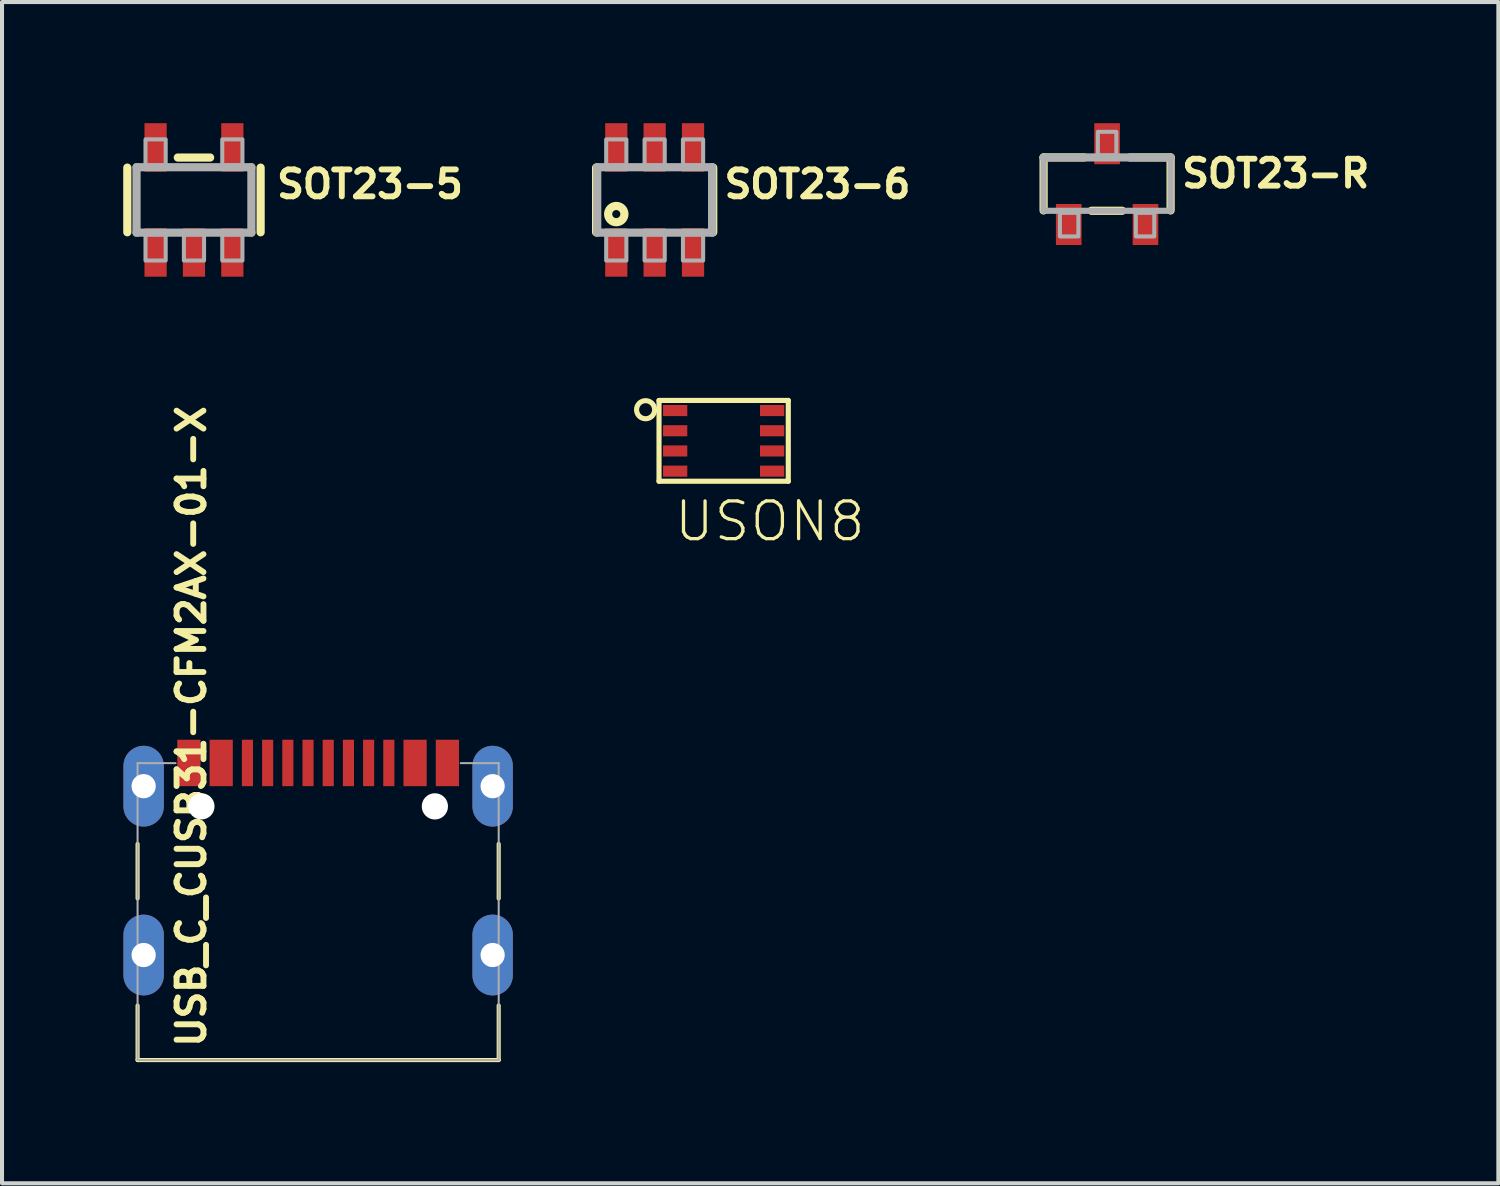
<source format=kicad_pcb>
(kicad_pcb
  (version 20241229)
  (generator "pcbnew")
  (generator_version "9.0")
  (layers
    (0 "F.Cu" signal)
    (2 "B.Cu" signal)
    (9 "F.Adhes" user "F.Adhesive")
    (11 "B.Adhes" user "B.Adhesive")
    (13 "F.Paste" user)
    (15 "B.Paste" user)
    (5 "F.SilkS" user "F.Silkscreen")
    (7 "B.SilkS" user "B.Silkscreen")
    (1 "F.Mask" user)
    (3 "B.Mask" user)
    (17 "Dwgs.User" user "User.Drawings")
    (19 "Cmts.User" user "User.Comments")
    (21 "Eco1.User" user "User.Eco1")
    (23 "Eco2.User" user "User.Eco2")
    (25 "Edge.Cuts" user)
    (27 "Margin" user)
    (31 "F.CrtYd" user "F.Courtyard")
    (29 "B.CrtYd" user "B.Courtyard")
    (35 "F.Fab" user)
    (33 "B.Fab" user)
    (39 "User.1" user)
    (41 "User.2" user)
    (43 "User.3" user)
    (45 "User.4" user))
  (footprint "USON8"
    (layer "F.Cu")
    (at 14.865 7.864)
    (property "Reference" "USON8" (at -1.27 2.54 0) (layer "F.SilkS") (effects (font (size 0.935 0.935) (thickness 0.081)) (justify left bottom)))
    (fp_line (start -1.6 -1) (end 1.6 -1) (stroke (width 0.127) (type solid)) (layer "F.SilkS"))
    (fp_line (start -1.6 1) (end -1.6 -1) (stroke (width 0.127) (type solid)) (layer "F.SilkS"))
    (fp_line (start 1.6 -1) (end 1.6 1) (stroke (width 0.127) (type solid)) (layer "F.SilkS"))
    (fp_line (start 1.6 1) (end -1.6 1) (stroke (width 0.127) (type solid)) (layer "F.SilkS"))
    (fp_circle (center -1.932 -0.771) (end -1.708 -0.771) (stroke (width 0.127) (type solid)) (fill no) (layer "F.SilkS"))
    (pad "1" smd rect (at -1.2 -0.75 90) (size 0.275 0.6) (layers "F.Cu" "F.Mask" "F.Paste"))
    (pad "2" smd rect (at -1.2 -0.25 90) (size 0.275 0.6) (layers "F.Cu" "F.Mask" "F.Paste"))
    (pad "3" smd rect (at -1.2 0.25 90) (size 0.275 0.6) (layers "F.Cu" "F.Mask" "F.Paste"))
    (pad "4" smd rect (at -1.2 0.75 90) (size 0.275 0.6) (layers "F.Cu" "F.Mask" "F.Paste"))
    (pad "5" smd rect (at 1.2 0.75 90) (size 0.275 0.6) (layers "F.Cu" "F.Mask" "F.Paste"))
    (pad "6" smd rect (at 1.2 0.25 90) (size 0.275 0.6) (layers "F.Cu" "F.Mask" "F.Paste"))
    (pad "7" smd rect (at 1.2 -0.25 90) (size 0.275 0.6) (layers "F.Cu" "F.Mask" "F.Paste"))
    (pad "8" smd rect (at 1.2 -0.75 90) (size 0.275 0.6) (layers "F.Cu" "F.Mask" "F.Paste")))
  (footprint "USB_C_CUSB31-CFM2AX-01-X"
    (layer "F.Cu")
    (at 4.826 19.383)
    (property "Reference" "USB_C_CUSB31-CFM2AX-01-X" (at -2.75 3.56 90) (layer "F.SilkS") (effects (font (size 0.666 0.666) (thickness 0.146)) (justify left bottom)))
    (fp_line (start -4.47 -0.19) (end -4.47 -1.54) (stroke (width 0.102) (type solid)) (layer "F.SilkS"))
    (fp_line (start -4.47 3.81) (end -4.47 2.46) (stroke (width 0.102) (type solid)) (layer "F.SilkS"))
    (fp_line (start 4.47 -1.54) (end 4.47 -0.19) (stroke (width 0.102) (type solid)) (layer "F.SilkS"))
    (fp_line (start 4.47 2.46) (end 4.47 3.81) (stroke (width 0.102) (type solid)) (layer "F.SilkS"))
    (fp_line (start 4.47 3.81) (end -4.47 3.81) (stroke (width 0.102) (type solid)) (layer "F.SilkS"))
    (fp_poly (pts (xy -4.169 -3.939) (xy -4.034 -3.87) (xy -3.928 -3.763) (xy -3.835 -3.48) (xy -3.835 -2.464) (xy -3.859 -2.315) (xy -3.928 -2.18) (xy -4.034 -2.073) (xy -4.318 -1.981) (xy -4.449 -1.999) (xy -4.572 -2.049) (xy -4.677 -2.13) (xy -4.758 -2.235) (xy -4.826 -2.489) (xy -4.826 -3.454) (xy -4.809 -3.586) (xy -4.758 -3.708) (xy -4.677 -3.814) (xy -4.572 -3.894) (xy -4.318 -3.962)) (stroke (width 0) (type solid)) (fill yes) (layer "F.Paste"))
    (fp_poly (pts (xy -4.156 0.24) (xy -4.022 0.308) (xy -3.915 0.415) (xy -3.823 0.699) (xy -3.823 1.714) (xy -3.846 1.864) (xy -3.915 1.998) (xy -4.022 2.105) (xy -4.305 2.197) (xy -4.437 2.18) (xy -4.559 2.129) (xy -4.665 2.048) (xy -4.745 1.943) (xy -4.813 1.689) (xy -4.813 0.724) (xy -4.796 0.592) (xy -4.745 0.47) (xy -4.665 0.365) (xy -4.559 0.284) (xy -4.305 0.216)) (stroke (width 0) (type solid)) (fill yes) (layer "F.Paste"))
    (fp_poly (pts (xy 4.48 -3.951) (xy 4.614 -3.883) (xy 4.721 -3.776) (xy 4.813 -3.493) (xy 4.813 -2.477) (xy 4.79 -2.327) (xy 4.721 -2.193) (xy 4.614 -2.086) (xy 4.331 -1.994) (xy 4.199 -2.011) (xy 4.077 -2.062) (xy 3.971 -2.143) (xy 3.891 -2.248) (xy 3.823 -2.502) (xy 3.823 -3.467) (xy 3.84 -3.599) (xy 3.891 -3.721) (xy 3.971 -3.826) (xy 4.077 -3.907) (xy 4.331 -3.975)) (stroke (width 0) (type solid)) (fill yes) (layer "F.Paste"))
    (fp_poly (pts (xy 4.48 0.24) (xy 4.614 0.308) (xy 4.721 0.415) (xy 4.813 0.699) (xy 4.813 1.714) (xy 4.79 1.864) (xy 4.721 1.998) (xy 4.614 2.105) (xy 4.331 2.197) (xy 4.199 2.18) (xy 4.077 2.129) (xy 3.971 2.048) (xy 3.891 1.943) (xy 3.823 1.689) (xy 3.823 0.724) (xy 3.84 0.592) (xy 3.891 0.47) (xy 3.971 0.365) (xy 4.077 0.284) (xy 4.331 0.216)) (stroke (width 0) (type solid)) (fill yes) (layer "F.Paste"))
    (fp_line (start -4.47 -3.54) (end -3.53 -3.54) (stroke (width 0.05) (type solid)) (layer "F.Fab"))
    (fp_line (start -4.47 3.81) (end -4.47 -3.54) (stroke (width 0.05) (type solid)) (layer "F.Fab"))
    (fp_line (start 3.53 -3.54) (end 4.47 -3.54) (stroke (width 0.05) (type solid)) (layer "F.Fab"))
    (fp_line (start 4.47 -3.54) (end 4.47 3.81) (stroke (width 0.05) (type solid)) (layer "F.Fab"))
    (fp_line (start 4.47 3.81) (end -4.47 3.81) (stroke (width 0.05) (type solid)) (layer "F.Fab"))
    (pad "" np_thru_hole circle (at -2.89 -2.47) (size 0.65 0.65) (drill 0.65) (layers "*.Cu" "*.Mask"))
    (pad "" np_thru_hole circle (at 2.89 -2.47) (size 0.65 0.65) (drill 0.65) (layers "*.Cu" "*.Mask"))
    (pad "A1B12" smd rect (at -3.2 -3.545) (size 0.575 1.15) (layers "F.Cu" "F.Mask" "F.Paste"))
    (pad "A4B9" smd rect (at -2.4 -3.545) (size 0.575 1.15) (layers "F.Cu" "F.Mask" "F.Paste"))
    (pad "A5" smd rect (at -1.25 -3.545) (size 0.275 1.15) (layers "F.Cu" "F.Mask" "F.Paste"))
    (pad "A6" smd rect (at -0.25 -3.545) (size 0.275 1.15) (layers "F.Cu" "F.Mask" "F.Paste"))
    (pad "A7" smd rect (at 0.25 -3.545) (size 0.275 1.15) (layers "F.Cu" "F.Mask" "F.Paste"))
    (pad "A8" smd rect (at 1.25 -3.545) (size 0.275 1.15) (layers "F.Cu" "F.Mask" "F.Paste"))
    (pad "B1A12" smd rect (at 3.2 -3.545) (size 0.575 1.15) (layers "F.Cu" "F.Mask" "F.Paste"))
    (pad "B4A9" smd rect (at 2.4 -3.545) (size 0.575 1.15) (layers "F.Cu" "F.Mask" "F.Paste"))
    (pad "B5" smd rect (at 1.75 -3.545) (size 0.275 1.15) (layers "F.Cu" "F.Mask" "F.Paste"))
    (pad "B6" smd rect (at 0.75 -3.545) (size 0.275 1.15) (layers "F.Cu" "F.Mask" "F.Paste"))
    (pad "B7" smd rect (at -0.75 -3.545) (size 0.275 1.15) (layers "F.Cu" "F.Mask" "F.Paste"))
    (pad "B8" smd rect (at -1.75 -3.545) (size 0.275 1.15) (layers "F.Cu" "F.Mask" "F.Paste"))
    (pad "M1" thru_hole oval (at -4.32 -2.97 90) (size 2 1) (drill 0.6) (layers "*.Cu" "*.Mask"))
    (pad "M2" thru_hole oval (at 4.32 -2.97 90) (size 2 1) (drill 0.6) (layers "*.Cu" "*.Mask"))
    (pad "M3" thru_hole oval (at -4.32 1.21 90) (size 2 1) (drill 0.6) (layers "*.Cu" "*.Mask"))
    (pad "M4" thru_hole oval (at 4.32 1.21 90) (size 2 1) (drill 0.6) (layers "*.Cu" "*.Mask")))
  (footprint "SOT23-6"
    (layer "F.Cu")
    (at 13.157 1.9)
    (property "Reference" "SOT23-6" (at 1.651 0 0) (layer "F.SilkS") (effects (font (size 0.666 0.666) (thickness 0.146)) (justify left bottom)))
    (fp_line (start -1.45 -0.8) (end -1.45 0.8) (stroke (width 0.203) (type solid)) (layer "F.SilkS"))
    (fp_line (start 1.45 0.8) (end 1.45 -0.8) (stroke (width 0.203) (type solid)) (layer "F.SilkS"))
    (fp_circle (center -0.95 0.35) (end -0.85 0.35) (stroke (width 0.203) (type solid)) (fill no) (layer "F.SilkS"))
    (fp_line (start -1.422 -0.81) (end 1.422 -0.81) (stroke (width 0.203) (type solid)) (layer "F.Fab"))
    (fp_line (start -1.422 0.81) (end -1.422 -0.81) (stroke (width 0.203) (type solid)) (layer "F.Fab"))
    (fp_line (start 1.422 -0.81) (end 1.422 0.81) (stroke (width 0.203) (type solid)) (layer "F.Fab"))
    (fp_line (start 1.422 0.81) (end -1.422 0.81) (stroke (width 0.203) (type solid)) (layer "F.Fab"))
    (fp_poly (pts (xy -1.2 -0.85) (xy -0.7 -0.85) (xy -0.7 -1.5) (xy -1.2 -1.5)) (stroke (width 0.1) (type solid)) (fill no) (layer "F.Fab"))
    (fp_poly (pts (xy -1.2 1.5) (xy -0.7 1.5) (xy -0.7 0.85) (xy -1.2 0.85)) (stroke (width 0.1) (type solid)) (fill no) (layer "F.Fab"))
    (fp_poly (pts (xy -0.25 -0.85) (xy 0.25 -0.85) (xy 0.25 -1.5) (xy -0.25 -1.5)) (stroke (width 0.1) (type solid)) (fill no) (layer "F.Fab"))
    (fp_poly (pts (xy -0.25 1.5) (xy 0.25 1.5) (xy 0.25 0.85) (xy -0.25 0.85)) (stroke (width 0.1) (type solid)) (fill no) (layer "F.Fab"))
    (fp_poly (pts (xy 0.7 -0.85) (xy 1.2 -0.85) (xy 1.2 -1.5) (xy 0.7 -1.5)) (stroke (width 0.1) (type solid)) (fill no) (layer "F.Fab"))
    (fp_poly (pts (xy 0.7 1.5) (xy 1.2 1.5) (xy 1.2 0.85) (xy 0.7 0.85)) (stroke (width 0.1) (type solid)) (fill no) (layer "F.Fab"))
    (pad "1" smd rect (at -0.95 1.3) (size 0.55 1.2) (layers "F.Cu" "F.Mask" "F.Paste"))
    (pad "2" smd rect (at 0 1.3) (size 0.55 1.2) (layers "F.Cu" "F.Mask" "F.Paste"))
    (pad "3" smd rect (at 0.95 1.3) (size 0.55 1.2) (layers "F.Cu" "F.Mask" "F.Paste"))
    (pad "4" smd rect (at 0.95 -1.3) (size 0.55 1.2) (layers "F.Cu" "F.Mask" "F.Paste"))
    (pad "5" smd rect (at 0 -1.3) (size 0.55 1.2) (layers "F.Cu" "F.Mask" "F.Paste"))
    (pad "6" smd rect (at -0.95 -1.3) (size 0.55 1.2) (layers "F.Cu" "F.Mask" "F.Paste")))
  (footprint "SOT23-5"
    (layer "F.Cu")
    (at 1.752 1.9)
    (property "Reference" "SOT23-5" (at 1.978 0 0) (layer "F.SilkS") (effects (font (size 0.666 0.666) (thickness 0.146)) (justify left bottom)))
    (fp_line (start -1.65 -0.8) (end -1.65 0.8) (stroke (width 0.203) (type solid)) (layer "F.SilkS"))
    (fp_line (start -0.4 -1.05) (end 0.4 -1.05) (stroke (width 0.203) (type solid)) (layer "F.SilkS"))
    (fp_line (start 1.65 -0.8) (end 1.65 0.8) (stroke (width 0.203) (type solid)) (layer "F.SilkS"))
    (fp_line (start -1.422 -0.81) (end 1.422 -0.81) (stroke (width 0.203) (type solid)) (layer "F.Fab"))
    (fp_line (start -1.422 0.81) (end -1.422 -0.81) (stroke (width 0.203) (type solid)) (layer "F.Fab"))
    (fp_line (start 1.422 -0.81) (end 1.422 0.81) (stroke (width 0.203) (type solid)) (layer "F.Fab"))
    (fp_line (start 1.422 0.81) (end -1.422 0.81) (stroke (width 0.203) (type solid)) (layer "F.Fab"))
    (fp_poly (pts (xy -1.2 -0.85) (xy -0.7 -0.85) (xy -0.7 -1.5) (xy -1.2 -1.5)) (stroke (width 0.1) (type solid)) (fill no) (layer "F.Fab"))
    (fp_poly (pts (xy -1.2 1.5) (xy -0.7 1.5) (xy -0.7 0.85) (xy -1.2 0.85)) (stroke (width 0.1) (type solid)) (fill no) (layer "F.Fab"))
    (fp_poly (pts (xy -0.25 1.5) (xy 0.25 1.5) (xy 0.25 0.85) (xy -0.25 0.85)) (stroke (width 0.1) (type solid)) (fill no) (layer "F.Fab"))
    (fp_poly (pts (xy 0.7 -0.85) (xy 1.2 -0.85) (xy 1.2 -1.5) (xy 0.7 -1.5)) (stroke (width 0.1) (type solid)) (fill no) (layer "F.Fab"))
    (fp_poly (pts (xy 0.7 1.5) (xy 1.2 1.5) (xy 1.2 0.85) (xy 0.7 0.85)) (stroke (width 0.1) (type solid)) (fill no) (layer "F.Fab"))
    (pad "1" smd rect (at -0.95 1.3) (size 0.55 1.2) (layers "F.Cu" "F.Mask" "F.Paste"))
    (pad "2" smd rect (at 0 1.3) (size 0.55 1.2) (layers "F.Cu" "F.Mask" "F.Paste"))
    (pad "3" smd rect (at 0.95 1.3) (size 0.55 1.2) (layers "F.Cu" "F.Mask" "F.Paste"))
    (pad "4" smd rect (at 0.95 -1.3) (size 0.55 1.2) (layers "F.Cu" "F.Mask" "F.Paste"))
    (pad "5" smd rect (at -0.95 -1.3) (size 0.55 1.2) (layers "F.Cu" "F.Mask" "F.Paste")))
  (footprint "SOT23-R"
    (layer "F.Cu")
    (at 24.358 1.508)
    (property "Reference" "SOT23-R" (at 1.778 0.127 0) (layer "F.SilkS") (effects (font (size 0.666 0.666) (thickness 0.146)) (justify left bottom)))
    (fp_line (start -1.572 -0.66) (end -0.564 -0.66) (stroke (width 0.203) (type solid)) (layer "F.SilkS"))
    (fp_line (start -1.572 0.652) (end -1.572 -0.66) (stroke (width 0.203) (type solid)) (layer "F.SilkS"))
    (fp_line (start 0.372 0.66) (end -0.386 0.66) (stroke (width 0.203) (type solid)) (layer "F.SilkS"))
    (fp_line (start 0.564 -0.66) (end 1.572 -0.66) (stroke (width 0.203) (type solid)) (layer "F.SilkS"))
    (fp_line (start 1.572 -0.66) (end 1.572 0.652) (stroke (width 0.203) (type solid)) (layer "F.SilkS"))
    (fp_line (start -1.572 -0.66) (end 1.572 -0.66) (stroke (width 0.203) (type solid)) (layer "F.Fab"))
    (fp_line (start -1.572 0.66) (end -1.572 -0.66) (stroke (width 0.152) (type solid)) (layer "F.Fab"))
    (fp_line (start 1.572 -0.66) (end 1.572 0.66) (stroke (width 0.152) (type solid)) (layer "F.Fab"))
    (fp_line (start 1.572 0.66) (end -1.572 0.66) (stroke (width 0.152) (type solid)) (layer "F.Fab"))
    (fp_poly (pts (xy -1.168 1.295) (xy -0.711 1.295) (xy -0.711 0.711) (xy -1.168 0.711)) (stroke (width 0.1) (type solid)) (fill no) (layer "F.Fab"))
    (fp_poly (pts (xy -0.229 -0.711) (xy 0.229 -0.711) (xy 0.229 -1.295) (xy -0.229 -1.295)) (stroke (width 0.1) (type solid)) (fill no) (layer "F.Fab"))
    (fp_poly (pts (xy 0.711 1.295) (xy 1.168 1.295) (xy 1.168 0.711) (xy 0.711 0.711)) (stroke (width 0.1) (type solid)) (fill no) (layer "F.Fab"))
    (pad "1" smd rect (at -0.95 1) (size 0.635 1.016) (layers "F.Cu" "F.Mask" "F.Paste"))
    (pad "2" smd rect (at 0.95 1) (size 0.635 1.016) (layers "F.Cu" "F.Mask" "F.Paste"))
    (pad "3" smd rect (at 0 -1) (size 0.635 1.016) (layers "F.Cu" "F.Mask" "F.Paste")))
  (gr_rect
    (start -3 -3)
    (end 34.044 26.244)
    (stroke (width 0.1) (type default))
    (fill no)
    (layer "Edge.Cuts")))
</source>
